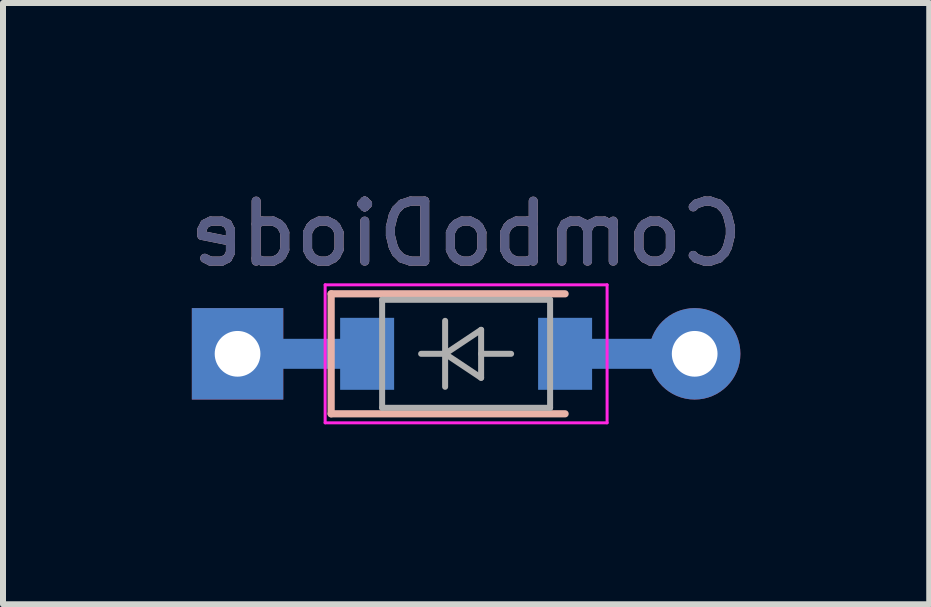
<source format=kicad_pcb>
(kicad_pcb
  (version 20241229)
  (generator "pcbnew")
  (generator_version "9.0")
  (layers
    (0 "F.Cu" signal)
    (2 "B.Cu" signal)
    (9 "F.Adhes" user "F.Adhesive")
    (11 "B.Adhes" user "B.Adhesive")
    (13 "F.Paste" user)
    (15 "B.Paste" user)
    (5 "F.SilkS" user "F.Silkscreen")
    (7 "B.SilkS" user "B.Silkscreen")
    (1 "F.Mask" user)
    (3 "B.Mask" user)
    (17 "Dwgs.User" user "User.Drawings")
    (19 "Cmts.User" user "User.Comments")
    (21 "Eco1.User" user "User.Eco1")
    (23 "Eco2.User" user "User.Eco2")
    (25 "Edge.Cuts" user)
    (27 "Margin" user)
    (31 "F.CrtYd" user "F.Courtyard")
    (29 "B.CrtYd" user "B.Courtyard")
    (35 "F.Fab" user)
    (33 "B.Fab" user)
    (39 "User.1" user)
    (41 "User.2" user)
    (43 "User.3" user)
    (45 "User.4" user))
  (footprint "ComboDiode"
    (layer "F.Cu")
    (at 4.72 2.848)
    (property "Reference" "ComboDiode" (at 0 -2 0) (layer "B.SilkS") (effects (font (size 1 1) (thickness 0.15)) (justify mirror)))
    (attr smd)
    (fp_line (start -2.25 -1) (end 1.65 -1) (stroke (width 0.12) (type solid)) (layer "B.SilkS"))
    (fp_line (start -2.25 1) (end -2.25 -1) (stroke (width 0.12) (type solid)) (layer "B.SilkS"))
    (fp_line (start -2.25 1) (end 1.65 1) (stroke (width 0.12) (type solid)) (layer "B.SilkS"))
    (fp_line (start -2.35 -1.15) (end -2.35 1.15) (stroke (width 0.05) (type solid)) (layer "F.CrtYd"))
    (fp_line (start -2.35 -1.15) (end 2.35 -1.15) (stroke (width 0.05) (type solid)) (layer "F.CrtYd"))
    (fp_line (start 2.35 -1.15) (end 2.35 1.15) (stroke (width 0.05) (type solid)) (layer "F.CrtYd"))
    (fp_line (start 2.35 1.15) (end -2.35 1.15) (stroke (width 0.05) (type solid)) (layer "F.CrtYd"))
    (fp_line (start -1.4 -0.9) (end 1.4 -0.9) (stroke (width 0.1) (type solid)) (layer "F.Fab"))
    (fp_line (start -1.4 0.9) (end -1.4 -0.9) (stroke (width 0.1) (type solid)) (layer "F.Fab"))
    (fp_line (start -0.75 0) (end -0.35 0) (stroke (width 0.1) (type solid)) (layer "F.Fab"))
    (fp_line (start -0.35 0) (end -0.35 -0.55) (stroke (width 0.1) (type solid)) (layer "F.Fab"))
    (fp_line (start -0.35 0) (end -0.35 0.55) (stroke (width 0.1) (type solid)) (layer "F.Fab"))
    (fp_line (start -0.35 0) (end 0.25 -0.4) (stroke (width 0.1) (type solid)) (layer "F.Fab"))
    (fp_line (start 0.25 -0.4) (end 0.25 0.4) (stroke (width 0.1) (type solid)) (layer "F.Fab"))
    (fp_line (start 0.25 0) (end 0.75 0) (stroke (width 0.1) (type solid)) (layer "F.Fab"))
    (fp_line (start 0.25 0.4) (end -0.35 0) (stroke (width 0.1) (type solid)) (layer "F.Fab"))
    (fp_line (start 1.4 -0.9) (end 1.4 0.9) (stroke (width 0.1) (type solid)) (layer "F.Fab"))
    (fp_line (start 1.4 0.9) (end -1.4 0.9) (stroke (width 0.1) (type solid)) (layer "F.Fab"))
    (fp_text user "${REFERENCE}" (at 0 -2 0) (layer "B.Fab") (effects (font (size 1 1) (thickness 0.15)) (justify mirror)))
    (pad "1" thru_hole rect (at -3.81 0) (size 1.524 1.524) (drill 0.762) (layers "*.Cu" "*.Mask"))
    (pad "1" smd rect (at -1.65 0) (size 0.9 1.2) (layers "B.Cu" "B.Mask" "B.Paste"))
    (pad "2" smd rect (at 1.65 0) (size 0.9 1.2) (layers "B.Cu" "B.Mask" "B.Paste"))
    (pad "2" thru_hole circle (at 3.81 0) (size 1.524 1.524) (drill 0.762) (layers "*.Cu" "*.Mask"))
    (pad "3" connect rect (at 2.54 0) (size 1.524 0.5) (layers "B.Cu"))
    (pad "4" connect rect (at -2.54 0) (size 1.524 0.5) (layers "B.Cu")))
  (gr_rect
    (start -3 -3)
    (end 12.44 7.023)
    (stroke (width 0.1) (type default))
    (fill no)
    (layer "Edge.Cuts")))
</source>
